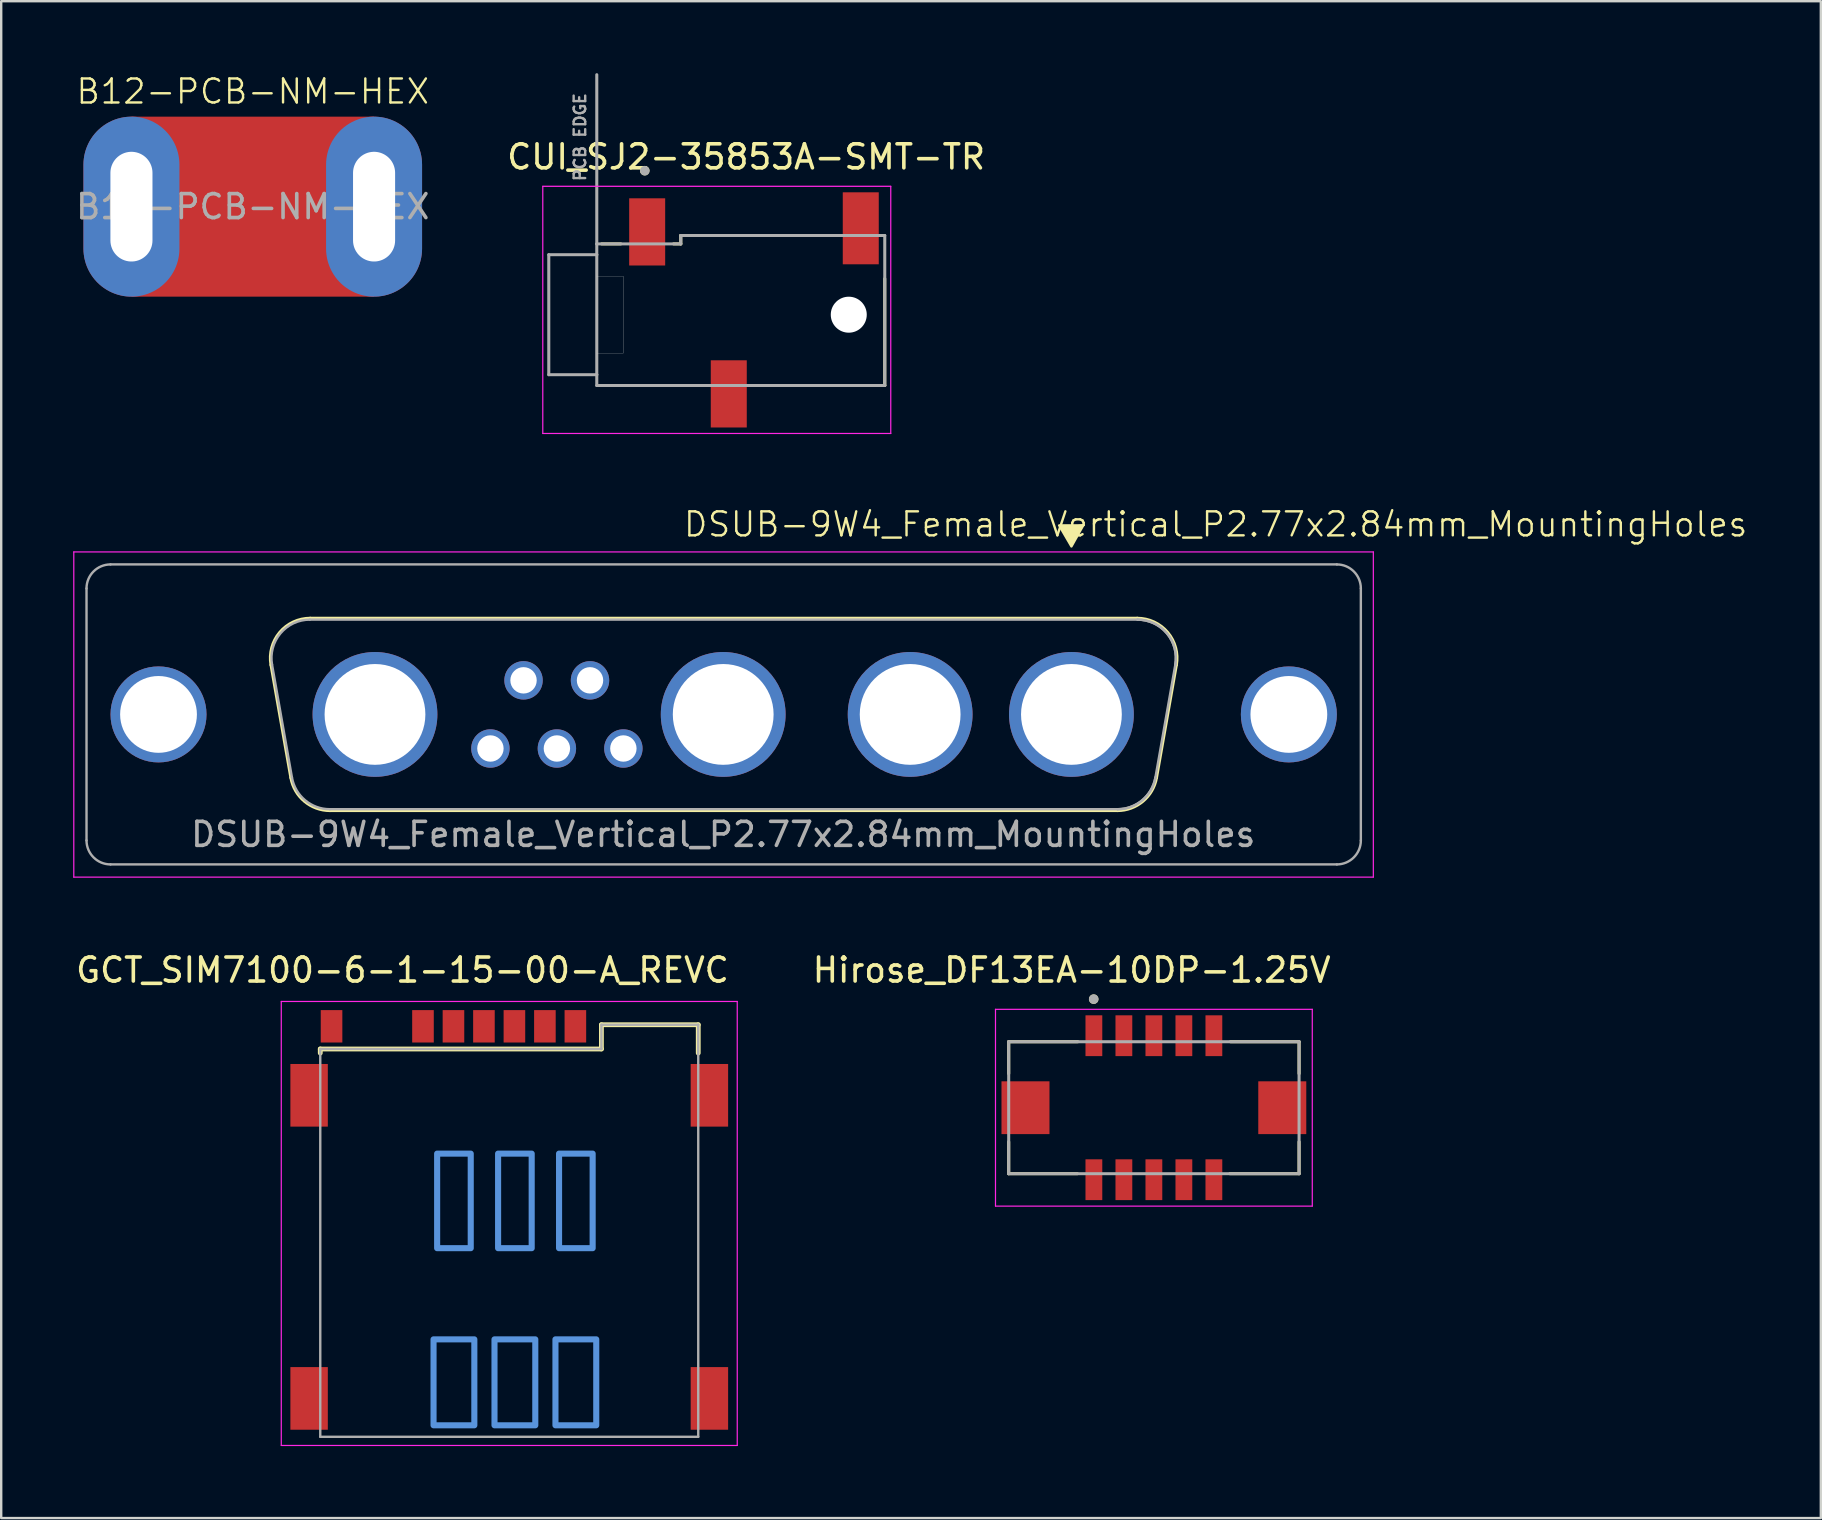
<source format=kicad_pcb>
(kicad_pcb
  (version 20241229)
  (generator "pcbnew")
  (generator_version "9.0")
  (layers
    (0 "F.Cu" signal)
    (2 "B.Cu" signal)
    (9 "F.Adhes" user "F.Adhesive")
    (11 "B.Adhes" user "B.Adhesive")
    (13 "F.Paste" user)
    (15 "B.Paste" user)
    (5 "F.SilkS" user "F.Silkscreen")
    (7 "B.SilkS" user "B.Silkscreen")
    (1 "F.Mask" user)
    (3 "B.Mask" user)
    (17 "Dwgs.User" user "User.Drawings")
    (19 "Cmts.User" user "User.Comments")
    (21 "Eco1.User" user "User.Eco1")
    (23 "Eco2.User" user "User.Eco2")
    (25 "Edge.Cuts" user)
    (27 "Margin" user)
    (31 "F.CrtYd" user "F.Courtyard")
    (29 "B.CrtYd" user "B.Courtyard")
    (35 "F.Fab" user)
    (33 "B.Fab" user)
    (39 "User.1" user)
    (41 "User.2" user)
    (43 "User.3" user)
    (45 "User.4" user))
  (footprint "B12-PCB-NM-HEX"
    (layer "F.Cu")
    (at 7.482 5.561)
    (property "Reference" "B12-PCB-NM-HEX" (at 0 -4.8 0) (unlocked yes) (layer "F.SilkS") (effects (font (size 1 1) (thickness 0.1))))
    (attr through_hole)
    (fp_text user "${REFERENCE}" (at 0 0 0) (unlocked yes) (layer "F.Fab") (effects (font (size 1 1) (thickness 0.15))))
    (pad "1" thru_hole oval (at -5.055 0) (size 4 7.5) (drill oval 1.753 4.572) (layers "*.Cu" "*.Mask"))
    (pad "1" smd rect (at 0 0) (size 10.11 7.5) (layers "F.Cu" "F.Mask"))
    (pad "1" thru_hole oval (at 5.055 0) (size 4 7.5) (drill oval 1.753 4.572) (layers "*.Cu" "*.Mask")))
  (footprint "Hirose_DF13EA-10DP-1.25V"
    (layer "F.Cu")
    (at 45.031 43.107)
    (property "Reference" "Hirose_DF13EA-10DP-1.25V" (at -3.425 -5.735 0) (layer "F.SilkS") (effects (font (size 1 1) (thickness 0.15))))
    (attr smd)
    (fp_line (start -6.05 -2.75) (end -6.05 -1.42) (stroke (width 0.127) (type solid)) (layer "F.SilkS"))
    (fp_line (start -6.05 2.75) (end -6.05 1.42) (stroke (width 0.127) (type solid)) (layer "F.SilkS"))
    (fp_line (start -6.05 2.75) (end -3.19 2.75) (stroke (width 0.127) (type solid)) (layer "F.SilkS"))
    (fp_line (start -3.17 -2.75) (end -6.05 -2.75) (stroke (width 0.127) (type solid)) (layer "F.SilkS"))
    (fp_line (start 3.17 2.75) (end 6.05 2.75) (stroke (width 0.127) (type solid)) (layer "F.SilkS"))
    (fp_line (start 6.05 -2.75) (end 3.19 -2.75) (stroke (width 0.127) (type solid)) (layer "F.SilkS"))
    (fp_line (start 6.05 -1.42) (end 6.05 -2.75) (stroke (width 0.127) (type solid)) (layer "F.SilkS"))
    (fp_line (start 6.05 2.75) (end 6.05 1.42) (stroke (width 0.127) (type solid)) (layer "F.SilkS"))
    (fp_circle (center -2.508 -4.524) (end -2.408 -4.524) (stroke (width 0.2) (type solid)) (fill no) (layer "F.SilkS"))
    (fp_line (start -6.6 -4.1) (end -6.6 4.1) (stroke (width 0.05) (type solid)) (layer "F.CrtYd"))
    (fp_line (start -6.6 4.1) (end 6.6 4.1) (stroke (width 0.05) (type solid)) (layer "F.CrtYd"))
    (fp_line (start 6.6 -4.1) (end -6.6 -4.1) (stroke (width 0.05) (type solid)) (layer "F.CrtYd"))
    (fp_line (start 6.6 4.1) (end 6.6 -4.1) (stroke (width 0.05) (type solid)) (layer "F.CrtYd"))
    (fp_line (start -6.05 -2.75) (end -6.05 2.75) (stroke (width 0.127) (type solid)) (layer "F.Fab"))
    (fp_line (start -6.05 2.75) (end 6.05 2.75) (stroke (width 0.127) (type solid)) (layer "F.Fab"))
    (fp_line (start 6.05 -2.75) (end -6.05 -2.75) (stroke (width 0.127) (type solid)) (layer "F.Fab"))
    (fp_line (start 6.05 2.75) (end 6.05 -2.75) (stroke (width 0.127) (type solid)) (layer "F.Fab"))
    (fp_circle (center -2.508 -4.524) (end -2.408 -4.524) (stroke (width 0.2) (type solid)) (fill no) (layer "F.Fab"))
    (pad "1" smd rect (at -2.5 -3) (size 0.7 1.7) (layers "F.Cu" "F.Mask" "F.Paste"))
    (pad "2" smd rect (at -2.5 3) (size 0.7 1.7) (layers "F.Cu" "F.Mask" "F.Paste"))
    (pad "3" smd rect (at -1.25 -3) (size 0.7 1.7) (layers "F.Cu" "F.Mask" "F.Paste"))
    (pad "4" smd rect (at -1.25 3) (size 0.7 1.7) (layers "F.Cu" "F.Mask" "F.Paste"))
    (pad "5" smd rect (at 0 -3) (size 0.7 1.7) (layers "F.Cu" "F.Mask" "F.Paste"))
    (pad "6" smd rect (at 0 3) (size 0.7 1.7) (layers "F.Cu" "F.Mask" "F.Paste"))
    (pad "7" smd rect (at 1.25 -3) (size 0.7 1.7) (layers "F.Cu" "F.Mask" "F.Paste"))
    (pad "8" smd rect (at 1.25 3) (size 0.7 1.7) (layers "F.Cu" "F.Mask" "F.Paste"))
    (pad "9" smd rect (at 2.5 -3) (size 0.7 1.7) (layers "F.Cu" "F.Mask" "F.Paste"))
    (pad "10" smd rect (at 2.5 3) (size 0.7 1.7) (layers "F.Cu" "F.Mask" "F.Paste"))
    (pad "S" smd rect (at -5.35 0) (size 2 2.2) (layers "F.Cu" "F.Mask" "F.Paste"))
    (pad "S" smd rect (at 5.35 0) (size 2 2.2) (layers "F.Cu" "F.Mask" "F.Paste"))
    (zone (net_name "") (layer "F.Cu") (hatch full 0.508) (connect_pads) (min_thickness 0.01) (filled_areas_thickness no) (keepout (tracks allowed) (vias not_allowed) (pads not_allowed) (copperpour not_allowed) (footprints allowed)) (placement (enabled no)) (fill) (polygon (pts (xy 42.131 40.957) (xy 47.931 40.957) (xy 47.931 45.257) (xy 42.131 45.257)))))
  (footprint "DSUB-9W4_Female_Vertical_P2.77x2.84mm_MountingHoles"
    (layer "F.Cu")
    (at 27.085 26.719)
    (property "Reference" "DSUB-9W4_Female_Vertical_P2.77x2.84mm_MountingHoles" (at 20.52 -7.92 0) (unlocked yes) (layer "F.SilkS") (effects (font (size 1 1) (thickness 0.1))))
    (attr through_hole)
    (fp_line (start -18.846 -2.062) (end -18.018 2.638) (stroke (width 0.12) (type solid)) (layer "F.SilkS"))
    (fp_line (start -17.212 -4.01) (end 17.252 -4.01) (stroke (width 0.12) (type solid)) (layer "F.SilkS"))
    (fp_line (start -16.383 4.01) (end 16.423 4.01) (stroke (width 0.12) (type solid)) (layer "F.SilkS"))
    (fp_line (start 18.886 -2.062) (end 18.058 2.638) (stroke (width 0.12) (type solid)) (layer "F.SilkS"))
    (fp_arc (start -18.84647 -2.061744) (mid -18.483323 -3.417024) (end -17.211689 -4.01) (stroke (width 0.12) (type solid)) (layer "F.SilkS"))
    (fp_arc (start -16.382952 4.01) (mid -17.449978 3.621633) (end -18.017733 2.638256) (stroke (width 0.12) (type solid)) (layer "F.SilkS"))
    (fp_arc (start 17.251689 -4.01) (mid 18.523331 -3.417031) (end 18.88647 -2.061744) (stroke (width 0.12) (type solid)) (layer "F.SilkS"))
    (fp_arc (start 18.057733 2.638256) (mid 17.489976 3.621616) (end 16.422952 4.01) (stroke (width 0.12) (type solid)) (layer "F.SilkS"))
    (fp_poly (pts (xy 15 -7.875) (xy 14 -7.875) (xy 14.51 -7)) (stroke (width 0.1) (type solid)) (fill yes) (layer "F.SilkS"))
    (fp_line (start -27.06 -6.77) (end -27.06 6.78) (stroke (width 0.05) (type solid)) (layer "F.CrtYd"))
    (fp_line (start -27.06 6.78) (end 27.09 6.78) (stroke (width 0.05) (type solid)) (layer "F.CrtYd"))
    (fp_line (start 27.09 -6.77) (end -27.06 -6.77) (stroke (width 0.05) (type solid)) (layer "F.CrtYd"))
    (fp_line (start 27.09 6.78) (end 27.09 -6.77) (stroke (width 0.05) (type solid)) (layer "F.CrtYd"))
    (fp_line (start -26.53 5.25) (end -26.53 -5.25) (stroke (width 0.1) (type solid)) (layer "F.Fab"))
    (fp_line (start -25.53 -6.25) (end 25.57 -6.25) (stroke (width 0.1) (type solid)) (layer "F.Fab"))
    (fp_line (start -18.799 -2.072) (end -17.97 2.628) (stroke (width 0.1) (type solid)) (layer "F.Fab"))
    (fp_line (start -17.223 -3.95) (end 17.263 -3.95) (stroke (width 0.1) (type solid)) (layer "F.Fab"))
    (fp_line (start -16.394 3.95) (end 16.434 3.95) (stroke (width 0.1) (type solid)) (layer "F.Fab"))
    (fp_line (start 18.839 -2.072) (end 18.01 2.628) (stroke (width 0.1) (type solid)) (layer "F.Fab"))
    (fp_line (start 25.57 6.25) (end -25.53 6.25) (stroke (width 0.1) (type solid)) (layer "F.Fab"))
    (fp_line (start 26.57 -5.25) (end 26.57 5.25) (stroke (width 0.1) (type solid)) (layer "F.Fab"))
    (fp_arc (start -26.53 -5.25) (mid -26.237107 -5.957107) (end -25.53 -6.25) (stroke (width 0.1) (type solid)) (layer "F.Fab"))
    (fp_arc (start -25.53 6.25) (mid -26.237107 5.957107) (end -26.53 5.25) (stroke (width 0.1) (type solid)) (layer "F.Fab"))
    (fp_arc (start -18.798886 -2.072163) (mid -18.448865 -3.378458) (end -17.223194 -3.95) (stroke (width 0.1) (type solid)) (layer "F.Fab"))
    (fp_arc (start -16.394457 3.95) (mid -17.422919 3.575672) (end -17.970149 2.627837) (stroke (width 0.1) (type solid)) (layer "F.Fab"))
    (fp_arc (start 17.263194 -3.95) (mid 18.48887 -3.378462) (end 18.838886 -2.072163) (stroke (width 0.1) (type solid)) (layer "F.Fab"))
    (fp_arc (start 17.263194 -3.95) (mid 18.48887 -3.378462) (end 18.838886 -2.072163) (stroke (width 0.1) (type solid)) (layer "F.Fab"))
    (fp_arc (start 18.010149 2.627837) (mid 17.462913 3.575655) (end 16.434457 3.95) (stroke (width 0.1) (type solid)) (layer "F.Fab"))
    (fp_arc (start 18.010149 2.627837) (mid 17.462913 3.575655) (end 16.434457 3.95) (stroke (width 0.1) (type solid)) (layer "F.Fab"))
    (fp_arc (start 25.57 -6.25) (mid 26.277107 -5.957107) (end 26.57 -5.25) (stroke (width 0.1) (type solid)) (layer "F.Fab"))
    (fp_arc (start 26.57 5.25) (mid 26.277107 5.957107) (end 25.57 6.25) (stroke (width 0.1) (type solid)) (layer "F.Fab"))
    (fp_text user "${REFERENCE}" (at 0 5 0) (unlocked yes) (layer "F.Fab") (effects (font (size 1 1) (thickness 0.15))))
    (pad "0" thru_hole circle (at -23.53 0) (size 4 4) (drill 3.2) (layers "*.Cu" "*.Mask"))
    (pad "0" thru_hole circle (at 23.57 0) (size 4 4) (drill 3.2) (layers "*.Cu" "*.Mask"))
    (pad "1" thru_hole circle (at -5.55 -1.42) (size 1.6 1.6) (drill 1.1) (layers "*.Cu" "*.Mask"))
    (pad "2" thru_hole circle (at -8.32 -1.42) (size 1.6 1.6) (drill 1.1) (layers "*.Cu" "*.Mask"))
    (pad "3" thru_hole circle (at -4.16 1.42) (size 1.6 1.6) (drill 1.1) (layers "*.Cu" "*.Mask"))
    (pad "4" thru_hole circle (at -6.93 1.42) (size 1.6 1.6) (drill 1.1) (layers "*.Cu" "*.Mask"))
    (pad "5" thru_hole circle (at -9.7 1.42) (size 1.6 1.6) (drill 1.1) (layers "*.Cu" "*.Mask"))
    (pad "A1" thru_hole circle (at 14.51 0) (size 5.2 5.2) (drill 4.2) (layers "*.Cu" "*.Mask"))
    (pad "A2" thru_hole circle (at 7.79 0) (size 5.2 5.2) (drill 4.2) (layers "*.Cu" "*.Mask"))
    (pad "A3" thru_hole circle (at 0 0) (size 5.2 5.2) (drill 4.2) (layers "*.Cu" "*.Mask"))
    (pad "A4" thru_hole circle (at -14.51 0) (size 5.2 5.2) (drill 4.2) (layers "*.Cu" "*.Mask")))
  (footprint "CUI_SJ2-35853A-SMT-TR"
    (layer "F.Cu")
    (at 27.817 10.063)
    (property "Reference" "CUI_SJ2-35853A-SMT-TR" (at 0.224 -6.575 0) (layer "F.SilkS") (effects (font (size 1 1) (thickness 0.15))))
    (attr smd)
    (fp_line (start -5.8 -2.95) (end -5 -2.95) (stroke (width 0.127) (type solid)) (layer "F.SilkS"))
    (fp_line (start -5.8 2.95) (end -1.65 2.95) (stroke (width 0.127) (type solid)) (layer "F.SilkS"))
    (fp_line (start -2.8 -2.95) (end -2.5 -2.95) (stroke (width 0.127) (type solid)) (layer "F.SilkS"))
    (fp_line (start -2.5 -3.3) (end 3.8 -3.3) (stroke (width 0.127) (type solid)) (layer "F.SilkS"))
    (fp_line (start -2.5 -2.95) (end -2.5 -3.3) (stroke (width 0.127) (type solid)) (layer "F.SilkS"))
    (fp_line (start 0.65 2.95) (end 6 2.95) (stroke (width 0.127) (type solid)) (layer "F.SilkS"))
    (fp_line (start 6 2.95) (end 6 -1.5) (stroke (width 0.127) (type solid)) (layer "F.SilkS"))
    (fp_circle (center -4 -6) (end -3.9 -6) (stroke (width 0.2) (type solid)) (fill no) (layer "F.SilkS"))
    (fp_line (start -6 1.6) (end -4.9 1.6) (stroke (width 0.01) (type solid)) (layer "Edge.Cuts"))
    (fp_line (start -4.9 -1.6) (end -6 -1.6) (stroke (width 0.01) (type solid)) (layer "Edge.Cuts"))
    (fp_line (start -4.9 1.6) (end -4.9 -1.6) (stroke (width 0.01) (type solid)) (layer "Edge.Cuts"))
    (fp_line (start -8.25 -5.35) (end -8.25 4.95) (stroke (width 0.05) (type solid)) (layer "F.CrtYd"))
    (fp_line (start -8.25 4.95) (end 6.25 4.95) (stroke (width 0.05) (type solid)) (layer "F.CrtYd"))
    (fp_line (start 6.25 -5.35) (end -8.25 -5.35) (stroke (width 0.05) (type solid)) (layer "F.CrtYd"))
    (fp_line (start 6.25 4.95) (end 6.25 -5.35) (stroke (width 0.05) (type solid)) (layer "F.CrtYd"))
    (fp_line (start -8 -2.5) (end -8 2.5) (stroke (width 0.127) (type solid)) (layer "F.Fab"))
    (fp_line (start -8 2.5) (end -6 2.5) (stroke (width 0.127) (type solid)) (layer "F.Fab"))
    (fp_line (start -6 -2.95) (end -6 -10) (stroke (width 0.127) (type solid)) (layer "F.Fab"))
    (fp_line (start -6 -2.95) (end -2.5 -2.95) (stroke (width 0.127) (type solid)) (layer "F.Fab"))
    (fp_line (start -6 -2.5) (end -8 -2.5) (stroke (width 0.127) (type solid)) (layer "F.Fab"))
    (fp_line (start -6 -2.5) (end -6 -2.95) (stroke (width 0.127) (type solid)) (layer "F.Fab"))
    (fp_line (start -6 2.5) (end -6 -2.5) (stroke (width 0.127) (type solid)) (layer "F.Fab"))
    (fp_line (start -6 2.95) (end -6 2.5) (stroke (width 0.127) (type solid)) (layer "F.Fab"))
    (fp_line (start -2.5 -3.3) (end 6 -3.3) (stroke (width 0.127) (type solid)) (layer "F.Fab"))
    (fp_line (start -2.5 -2.95) (end -2.5 -3.3) (stroke (width 0.127) (type solid)) (layer "F.Fab"))
    (fp_line (start 6 -3.3) (end 6 2.95) (stroke (width 0.127) (type solid)) (layer "F.Fab"))
    (fp_line (start 6 2.95) (end -6 2.95) (stroke (width 0.127) (type solid)) (layer "F.Fab"))
    (fp_circle (center -4 -6) (end -3.9 -6) (stroke (width 0.2) (type solid)) (fill no) (layer "F.Fab"))
    (fp_text user "PCB EDGE" (at -6.7 -7.4 90) (layer "F.Fab") (effects (font (size 0.481 0.481) (thickness 0.1) (bold yes))))
    (pad "" np_thru_hole circle (at 4.5 0) (size 1.5 1.5) (drill 1.5) (layers "*.Cu" "*.Mask"))
    (pad "1" smd rect (at -3.9 -3.45) (size 1.5 2.8) (layers "F.Cu" "F.Mask" "F.Paste"))
    (pad "2" smd rect (at 5 -3.6) (size 1.5 3) (layers "F.Cu" "F.Mask" "F.Paste"))
    (pad "3" smd rect (at -0.5 3.3) (size 1.5 2.8) (layers "F.Cu" "F.Mask" "F.Paste")))
  (footprint "GCT_SIM7100-6-1-15-00-A_REVC"
    (layer "F.Cu")
    (at 18.17 47.93)
    (property "Reference" "GCT_SIM7100-6-1-15-00-A_REVC" (at -4.45 -10.557 0) (layer "F.SilkS") (effects (font (size 1 1) (thickness 0.15))))
    (attr smd)
    (fp_line (start -7.875 -7.27) (end 3.84 -7.27) (stroke (width 0.2) (type solid)) (layer "F.SilkS"))
    (fp_line (start -7.875 -7.1) (end -7.875 -7.27) (stroke (width 0.2) (type solid)) (layer "F.SilkS"))
    (fp_line (start 3.84 -8.28) (end 7.875 -8.28) (stroke (width 0.2) (type solid)) (layer "F.SilkS"))
    (fp_line (start 3.84 -7.27) (end 3.84 -8.28) (stroke (width 0.2) (type solid)) (layer "F.SilkS"))
    (fp_line (start 7.875 -7.1) (end 7.875 -8.28) (stroke (width 0.2) (type solid)) (layer "F.SilkS"))
    (fp_poly (pts (xy -3.155 8.41) (xy -1.455 8.41) (xy -1.455 4.83) (xy -3.155 4.83)) (stroke (width 0.254) (type solid)) (fill no) (layer "Cmts.User"))
    (fp_poly (pts (xy -3.005 1.03) (xy -1.605 1.03) (xy -1.605 -2.91) (xy -3.005 -2.91)) (stroke (width 0.254) (type solid)) (fill no) (layer "Cmts.User"))
    (fp_poly (pts (xy -0.615 8.41) (xy 1.085 8.41) (xy 1.085 4.83) (xy -0.615 4.83)) (stroke (width 0.254) (type solid)) (fill no) (layer "Cmts.User"))
    (fp_poly (pts (xy -0.465 1.03) (xy 0.935 1.03) (xy 0.935 -2.91) (xy -0.465 -2.91)) (stroke (width 0.254) (type solid)) (fill no) (layer "Cmts.User"))
    (fp_poly (pts (xy 1.925 8.41) (xy 3.625 8.41) (xy 3.625 4.83) (xy 1.925 4.83)) (stroke (width 0.254) (type solid)) (fill no) (layer "Cmts.User"))
    (fp_poly (pts (xy 2.075 1.03) (xy 3.475 1.03) (xy 3.475 -2.91) (xy 2.075 -2.91)) (stroke (width 0.254) (type solid)) (fill no) (layer "Cmts.User"))
    (fp_line (start -9.5 -9.25) (end 9.5 -9.25) (stroke (width 0.05) (type solid)) (layer "F.CrtYd"))
    (fp_line (start -9.5 9.25) (end -9.5 -9.25) (stroke (width 0.05) (type solid)) (layer "F.CrtYd"))
    (fp_line (start -9.5 9.25) (end 9.5 9.25) (stroke (width 0.05) (type solid)) (layer "F.CrtYd"))
    (fp_line (start 9.5 9.25) (end 9.5 -9.25) (stroke (width 0.05) (type solid)) (layer "F.CrtYd"))
    (fp_line (start -7.875 -7.27) (end 3.84 -7.27) (stroke (width 0.1) (type solid)) (layer "F.Fab"))
    (fp_line (start -7.875 8.89) (end -7.875 -7.27) (stroke (width 0.1) (type solid)) (layer "F.Fab"))
    (fp_line (start -7.875 8.89) (end 7.875 8.89) (stroke (width 0.1) (type solid)) (layer "F.Fab"))
    (fp_line (start 3.84 -8.28) (end 7.875 -8.28) (stroke (width 0.1) (type solid)) (layer "F.Fab"))
    (fp_line (start 3.84 -7.27) (end 3.84 -8.28) (stroke (width 0.1) (type solid)) (layer "F.Fab"))
    (fp_line (start 7.875 8.89) (end 7.875 -8.28) (stroke (width 0.1) (type solid)) (layer "F.Fab"))
    (pad "C1" smd rect (at 2.755 -8.215) (size 0.9 1.35) (layers "F.Cu" "F.Mask" "F.Paste"))
    (pad "C2" smd rect (at 0.215 -8.215) (size 0.9 1.35) (layers "F.Cu" "F.Mask" "F.Paste"))
    (pad "C3" smd rect (at -2.325 -8.215) (size 0.9 1.35) (layers "F.Cu" "F.Mask" "F.Paste"))
    (pad "C5" smd rect (at 1.485 -8.215) (size 0.9 1.35) (layers "F.Cu" "F.Mask" "F.Paste"))
    (pad "C6" smd rect (at -1.055 -8.215) (size 0.9 1.35) (layers "F.Cu" "F.Mask" "F.Paste"))
    (pad "C7" smd rect (at -3.595 -8.215) (size 0.9 1.35) (layers "F.Cu" "F.Mask" "F.Paste"))
    (pad "CD" smd rect (at -7.405 -8.215) (size 0.9 1.35) (layers "F.Cu" "F.Mask" "F.Paste"))
    (pad "S" smd rect (at -8.34 -5.34) (size 1.56 2.61) (layers "F.Cu" "F.Mask" "F.Paste"))
    (pad "S" smd rect (at -8.34 7.29) (size 1.56 2.61) (layers "F.Cu" "F.Mask" "F.Paste"))
    (pad "S" smd rect (at 8.34 -5.34) (size 1.56 2.61) (layers "F.Cu" "F.Mask" "F.Paste"))
    (pad "S" smd rect (at 8.34 7.29) (size 1.56 2.61) (layers "F.Cu" "F.Mask" "F.Paste")))
  (gr_rect
    (start -3 -3)
    (end 72.822 60.205)
    (stroke (width 0.1) (type default))
    (fill no)
    (layer "Edge.Cuts")))
</source>
